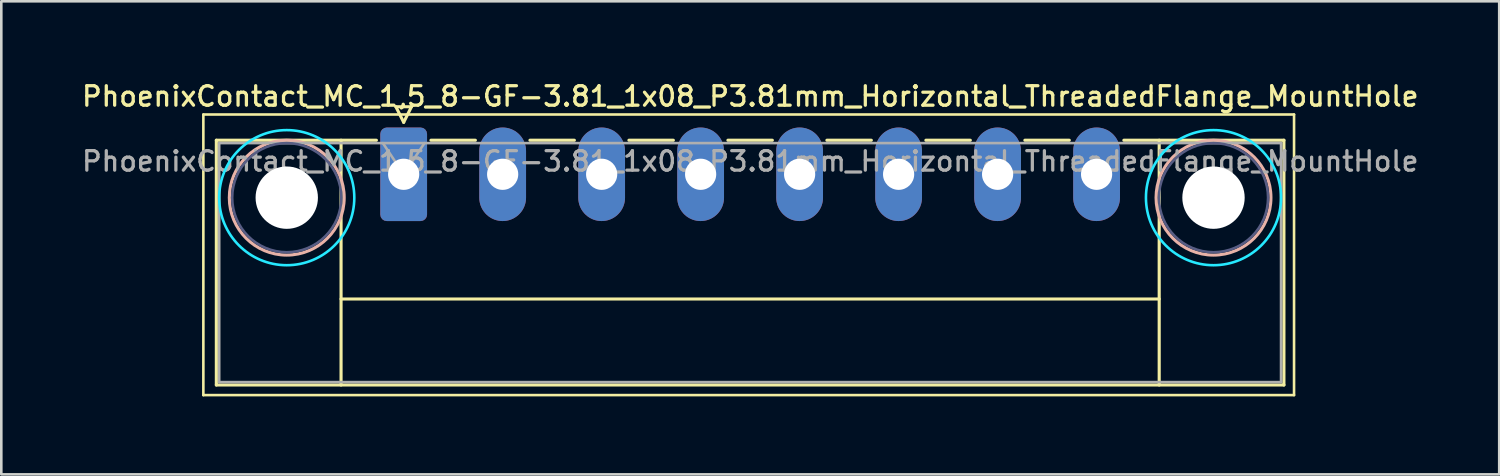
<source format=kicad_pcb>
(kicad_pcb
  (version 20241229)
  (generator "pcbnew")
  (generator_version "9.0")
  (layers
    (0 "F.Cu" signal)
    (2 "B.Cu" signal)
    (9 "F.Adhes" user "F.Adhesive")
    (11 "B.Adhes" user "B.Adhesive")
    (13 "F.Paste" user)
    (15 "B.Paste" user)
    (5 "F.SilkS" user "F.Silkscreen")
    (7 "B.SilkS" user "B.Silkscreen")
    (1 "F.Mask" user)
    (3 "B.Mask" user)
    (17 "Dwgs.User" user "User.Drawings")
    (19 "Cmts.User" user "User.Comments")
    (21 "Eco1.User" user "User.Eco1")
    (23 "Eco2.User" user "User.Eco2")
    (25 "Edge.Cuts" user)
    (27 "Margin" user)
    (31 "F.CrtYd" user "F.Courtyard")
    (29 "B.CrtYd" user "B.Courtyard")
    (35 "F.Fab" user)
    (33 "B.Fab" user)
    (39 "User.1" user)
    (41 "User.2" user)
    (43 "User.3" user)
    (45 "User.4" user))
  (footprint "PhoenixContact_MC_1,5_8-GF-3.81_1x08_P3.81mm_Horizontal_ThreadedFlange_MountHole"
    (layer "F.Cu")
    (at 12.487 3.658)
    (property "Reference" "PhoenixContact_MC_1,5_8-GF-3.81_1x08_P3.81mm_Horizontal_ThreadedFlange_MountHole" (at 13.34 -3 0) (layer "F.SilkS") (effects (font (size 0.75 0.75) (thickness 0.125))))
    (attr through_hole)
    (fp_line (start -7.71 -2.3) (end -7.71 8.5) (stroke (width 0.1) (type solid)) (layer "F.SilkS"))
    (fp_line (start -7.71 8.5) (end 34.27 8.5) (stroke (width 0.1) (type solid)) (layer "F.SilkS"))
    (fp_line (start -7.21 -1.31) (end -7.21 8.11) (stroke (width 0.12) (type solid)) (layer "F.SilkS"))
    (fp_line (start -7.21 -1.31) (end -1.05 -1.31) (stroke (width 0.12) (type solid)) (layer "F.SilkS"))
    (fp_line (start -7.21 8.11) (end 33.88 8.11) (stroke (width 0.12) (type solid)) (layer "F.SilkS"))
    (fp_line (start -2.41 -1.31) (end -2.41 8.11) (stroke (width 0.12) (type solid)) (layer "F.SilkS"))
    (fp_line (start -2.41 4.8) (end 29.08 4.8) (stroke (width 0.12) (type solid)) (layer "F.SilkS"))
    (fp_line (start -0.3 -2.6) (end 0.3 -2.6) (stroke (width 0.12) (type solid)) (layer "F.SilkS"))
    (fp_line (start 0 -2) (end -0.3 -2.6) (stroke (width 0.12) (type solid)) (layer "F.SilkS"))
    (fp_line (start 0.3 -2.6) (end 0 -2) (stroke (width 0.12) (type solid)) (layer "F.SilkS"))
    (fp_line (start 1.05 -1.31) (end 2.76 -1.31) (stroke (width 0.12) (type solid)) (layer "F.SilkS"))
    (fp_line (start 4.86 -1.31) (end 6.57 -1.31) (stroke (width 0.12) (type solid)) (layer "F.SilkS"))
    (fp_line (start 8.67 -1.31) (end 10.38 -1.31) (stroke (width 0.12) (type solid)) (layer "F.SilkS"))
    (fp_line (start 12.48 -1.31) (end 14.19 -1.31) (stroke (width 0.12) (type solid)) (layer "F.SilkS"))
    (fp_line (start 16.29 -1.31) (end 18 -1.31) (stroke (width 0.12) (type solid)) (layer "F.SilkS"))
    (fp_line (start 20.1 -1.31) (end 21.81 -1.31) (stroke (width 0.12) (type solid)) (layer "F.SilkS"))
    (fp_line (start 23.91 -1.31) (end 25.62 -1.31) (stroke (width 0.12) (type solid)) (layer "F.SilkS"))
    (fp_line (start 29.08 -1.31) (end 29.08 8.11) (stroke (width 0.12) (type solid)) (layer "F.SilkS"))
    (fp_line (start 33.88 -1.31) (end 27.72 -1.31) (stroke (width 0.12) (type solid)) (layer "F.SilkS"))
    (fp_line (start 33.88 8.11) (end 33.88 -1.31) (stroke (width 0.12) (type solid)) (layer "F.SilkS"))
    (fp_line (start 34.27 -2.3) (end -7.71 -2.3) (stroke (width 0.1) (type solid)) (layer "F.SilkS"))
    (fp_line (start 34.27 8.5) (end 34.27 -2.3) (stroke (width 0.1) (type solid)) (layer "F.SilkS"))
    (fp_circle (center -4.5 0.9) (end -2.29 0.9) (stroke (width 0.12) (type solid)) (fill no) (layer "B.SilkS"))
    (fp_circle (center 31.17 0.9) (end 33.38 0.9) (stroke (width 0.12) (type solid)) (fill no) (layer "B.SilkS"))
    (fp_circle (center -4.5 0.9) (end -1.9 0.9) (stroke (width 0.1) (type solid)) (fill no) (layer "B.CrtYd"))
    (fp_circle (center 31.17 0.9) (end 33.77 0.9) (stroke (width 0.1) (type solid)) (fill no) (layer "B.CrtYd"))
    (fp_circle (center -4.5 0.9) (end -2.4 0.9) (stroke (width 0.1) (type solid)) (fill no) (layer "B.Fab"))
    (fp_circle (center 31.17 0.9) (end 33.27 0.9) (stroke (width 0.1) (type solid)) (fill no) (layer "B.Fab"))
    (fp_line (start -7.1 -1.2) (end -7.1 8) (stroke (width 0.1) (type solid)) (layer "F.Fab"))
    (fp_line (start -7.1 8) (end 33.77 8) (stroke (width 0.1) (type solid)) (layer "F.Fab"))
    (fp_line (start 0 0) (end -0.8 -1.2) (stroke (width 0.1) (type solid)) (layer "F.Fab"))
    (fp_line (start 0.8 -1.2) (end 0 0) (stroke (width 0.1) (type solid)) (layer "F.Fab"))
    (fp_line (start 33.77 -1.2) (end -7.1 -1.2) (stroke (width 0.1) (type solid)) (layer "F.Fab"))
    (fp_line (start 33.77 8) (end 33.77 -1.2) (stroke (width 0.1) (type solid)) (layer "F.Fab"))
    (fp_text user "${REFERENCE}" (at 13.34 -0.5 0) (layer "F.Fab") (effects (font (size 0.75 0.75) (thickness 0.125))))
    (pad "" np_thru_hole circle (at -4.5 0.9) (size 2.4 2.4) (drill 2.4) (layers "*.Cu" "*.Mask"))
    (pad "" np_thru_hole circle (at 31.17 0.9) (size 2.4 2.4) (drill 2.4) (layers "*.Cu" "*.Mask"))
    (pad "1" thru_hole roundrect (at 0 0) (size 1.8 3.6) (drill 1.2) (layers "*.Cu" "*.Mask") (roundrect_rratio 0.139))
    (pad "2" thru_hole oval (at 3.81 0) (size 1.8 3.6) (drill 1.2) (layers "*.Cu" "*.Mask"))
    (pad "3" thru_hole oval (at 7.62 0) (size 1.8 3.6) (drill 1.2) (layers "*.Cu" "*.Mask"))
    (pad "4" thru_hole oval (at 11.43 0) (size 1.8 3.6) (drill 1.2) (layers "*.Cu" "*.Mask"))
    (pad "5" thru_hole oval (at 15.24 0) (size 1.8 3.6) (drill 1.2) (layers "*.Cu" "*.Mask"))
    (pad "6" thru_hole oval (at 19.05 0) (size 1.8 3.6) (drill 1.2) (layers "*.Cu" "*.Mask"))
    (pad "7" thru_hole oval (at 22.86 0) (size 1.8 3.6) (drill 1.2) (layers "*.Cu" "*.Mask"))
    (pad "8" thru_hole oval (at 26.67 0) (size 1.8 3.6) (drill 1.2) (layers "*.Cu" "*.Mask")))
  (gr_rect
    (start -3 -3)
    (end 54.654 15.208)
    (stroke (width 0.1) (type default))
    (fill no)
    (layer "Edge.Cuts")))
</source>
